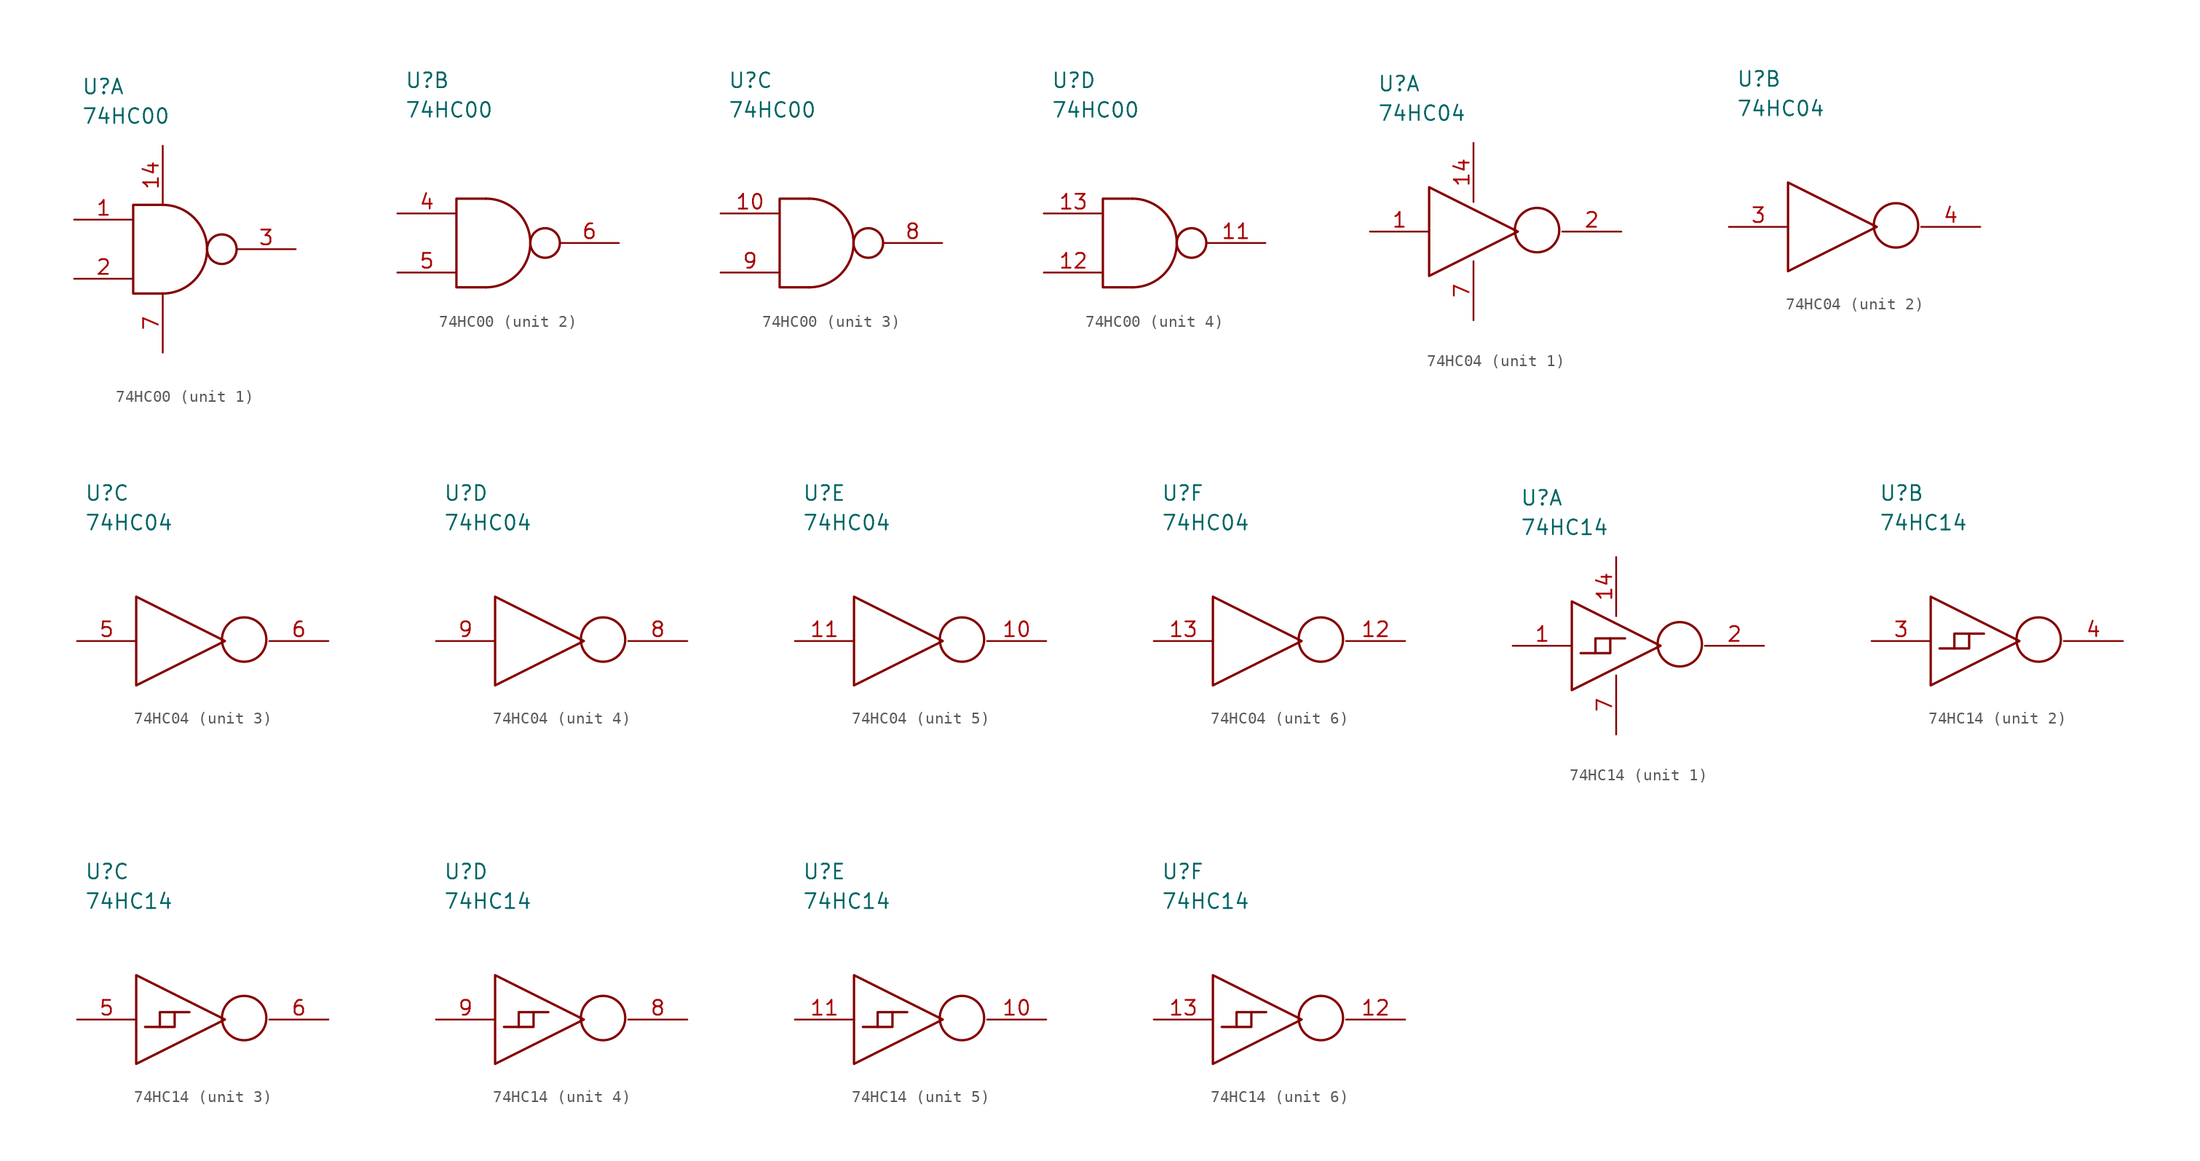
<source format=kicad_sym>
(kicad_symbol_lib
  (version 20211014)
  (generator kicad_symbol_editor)
  (symbol "74HC00"
    (property "Reference" "U"
      (at -9.525 13.97 0)
      (effects (font (size 1.27 1.27)) (justify left)))
    (property "Value" "74HC00"
      (at -9.525 11.43 0)
      (effects (font (size 1.27 1.27)) (justify left)))
    (property "ki_locked" ""
      (at 0 0 0)
      (effects (font (size 1.27 1.27))))
    (symbol "74HC00_0_0"
      (arc (start -2.54 -3.81) (mid 0.1541 -2.6941) (end 1.27 0) (stroke (width 0.2032) (type default) (color 0 0 0 0)) (fill (type none)))
      (polyline (pts (xy -2.54 3.81) (xy -5.08 3.81) (xy -5.08 -3.81) (xy -2.54 -3.81)) (stroke (width 0.203) (type default) (color 0 0 0 0)) (fill (type none)))
      (arc (start 1.27 0) (mid 0.1541 2.6941) (end -2.54 3.81) (stroke (width 0.2032) (type default) (color 0 0 0 0)) (fill (type none)))
      (circle (center 2.54 0) (radius 1.27) (stroke (width 0.203) (type default) (color 0 0 0 0)) (fill (type none))))
    (symbol "74HC00_1_0"
      (pin unspecified line (at -10.16 2.54 0) (length 5.08) (name "~" (effects (font (size 1.27 1.27)))) (number "1" (effects (font (size 1.27 1.27)))))
      (pin unspecified line (at -2.54 8.89 270) (length 5.08) (name "~" (effects (font (size 1.27 1.27)))) (number "14" (effects (font (size 1.27 1.27)))))
      (pin unspecified line (at -10.16 -2.54 0) (length 5.08) (name "~" (effects (font (size 1.27 1.27)))) (number "2" (effects (font (size 1.27 1.27)))))
      (pin unspecified line (at 8.89 0 180) (length 5.08) (name "~" (effects (font (size 1.27 1.27)))) (number "3" (effects (font (size 1.27 1.27)))))
      (pin unspecified line (at -2.54 -8.89 90) (length 5.08) (name "~" (effects (font (size 1.27 1.27)))) (number "7" (effects (font (size 1.27 1.27))))))
    (symbol "74HC00_2_0"
      (pin unspecified line (at -10.16 2.54 0) (length 5.08) (name "~" (effects (font (size 1.27 1.27)))) (number "4" (effects (font (size 1.27 1.27)))))
      (pin unspecified line (at -10.16 -2.54 0) (length 5.08) (name "~" (effects (font (size 1.27 1.27)))) (number "5" (effects (font (size 1.27 1.27)))))
      (pin unspecified line (at 8.89 0 180) (length 5.08) (name "~" (effects (font (size 1.27 1.27)))) (number "6" (effects (font (size 1.27 1.27))))))
    (symbol "74HC00_3_0"
      (pin unspecified line (at -10.16 2.54 0) (length 5.08) (name "~" (effects (font (size 1.27 1.27)))) (number "10" (effects (font (size 1.27 1.27)))))
      (pin unspecified line (at 8.89 0 180) (length 5.08) (name "~" (effects (font (size 1.27 1.27)))) (number "8" (effects (font (size 1.27 1.27)))))
      (pin unspecified line (at -10.16 -2.54 0) (length 5.08) (name "~" (effects (font (size 1.27 1.27)))) (number "9" (effects (font (size 1.27 1.27))))))
    (symbol "74HC00_4_0"
      (pin unspecified line (at 8.89 0 180) (length 5.08) (name "~" (effects (font (size 1.27 1.27)))) (number "11" (effects (font (size 1.27 1.27)))))
      (pin unspecified line (at -10.16 -2.54 0) (length 5.08) (name "~" (effects (font (size 1.27 1.27)))) (number "12" (effects (font (size 1.27 1.27)))))
      (pin unspecified line (at -10.16 2.54 0) (length 5.08) (name "~" (effects (font (size 1.27 1.27)))) (number "13" (effects (font (size 1.27 1.27)))))))
  (symbol "74HC04"
    (property "Reference" "U"
      (at -10.795 12.7 0)
      (effects (font (size 1.27 1.27)) (justify left)))
    (property "Value" "74HC04"
      (at -10.795 10.16 0)
      (effects (font (size 1.27 1.27)) (justify left)))
    (property "ki_locked" ""
      (at 0 0 0)
      (effects (font (size 1.27 1.27))))
    (symbol "74HC04_0_0"
      (polyline (pts (xy -6.35 3.81) (xy -6.35 -3.81) (xy 1.27 0) (xy -6.35 3.81)) (stroke (width 0.203) (type default) (color 0 0 0 0)) (fill (type none)))
      (circle (center 2.921 0.127) (radius 1.905) (stroke (width 0.203) (type default) (color 0 0 0 0)) (fill (type none))))
    (symbol "74HC04_1_0"
      (pin unspecified line (at -11.43 0 0) (length 5.08) (name "~" (effects (font (size 1.27 1.27)))) (number "1" (effects (font (size 1.27 1.27)))))
      (pin unspecified line (at -2.54 7.62 270) (length 5.08) (name "~" (effects (font (size 1.27 1.27)))) (number "14" (effects (font (size 1.27 1.27)))))
      (pin unspecified line (at 10.16 0 180) (length 5.08) (name "~" (effects (font (size 1.27 1.27)))) (number "2" (effects (font (size 1.27 1.27)))))
      (pin unspecified line (at -2.54 -7.62 90) (length 5.08) (name "~" (effects (font (size 1.27 1.27)))) (number "7" (effects (font (size 1.27 1.27))))))
    (symbol "74HC04_2_0"
      (pin unspecified line (at -11.43 0 0) (length 5.08) (name "~" (effects (font (size 1.27 1.27)))) (number "3" (effects (font (size 1.27 1.27)))))
      (pin unspecified line (at 10.16 0 180) (length 5.08) (name "~" (effects (font (size 1.27 1.27)))) (number "4" (effects (font (size 1.27 1.27))))))
    (symbol "74HC04_3_0"
      (pin unspecified line (at -11.43 0 0) (length 5.08) (name "~" (effects (font (size 1.27 1.27)))) (number "5" (effects (font (size 1.27 1.27)))))
      (pin unspecified line (at 10.16 0 180) (length 5.08) (name "~" (effects (font (size 1.27 1.27)))) (number "6" (effects (font (size 1.27 1.27))))))
    (symbol "74HC04_4_0"
      (pin unspecified line (at 10.16 0 180) (length 5.08) (name "~" (effects (font (size 1.27 1.27)))) (number "8" (effects (font (size 1.27 1.27)))))
      (pin unspecified line (at -11.43 0 0) (length 5.08) (name "~" (effects (font (size 1.27 1.27)))) (number "9" (effects (font (size 1.27 1.27))))))
    (symbol "74HC04_5_0"
      (pin unspecified line (at 10.16 0 180) (length 5.08) (name "~" (effects (font (size 1.27 1.27)))) (number "10" (effects (font (size 1.27 1.27)))))
      (pin unspecified line (at -11.43 0 0) (length 5.08) (name "~" (effects (font (size 1.27 1.27)))) (number "11" (effects (font (size 1.27 1.27))))))
    (symbol "74HC04_6_0"
      (pin unspecified line (at 10.16 0 180) (length 5.08) (name "~" (effects (font (size 1.27 1.27)))) (number "12" (effects (font (size 1.27 1.27)))))
      (pin unspecified line (at -11.43 0 0) (length 5.08) (name "~" (effects (font (size 1.27 1.27)))) (number "13" (effects (font (size 1.27 1.27)))))))
  (symbol "74HC14"
    (property "Reference" "U"
      (at -10.795 12.7 0)
      (effects (font (size 1.27 1.27)) (justify left)))
    (property "Value" "74HC14"
      (at -10.795 10.16 0)
      (effects (font (size 1.27 1.27)) (justify left)))
    (property "ki_locked" ""
      (at 0 0 0)
      (effects (font (size 1.27 1.27))))
    (symbol "74HC14_0_0"
      (polyline (pts (xy -4.318 -0.635) (xy -4.318 0.635) (xy -1.778 0.635)) (stroke (width 0.203) (type default) (color 0 0 0 0)) (fill (type none)))
      (polyline (pts (xy -3.048 0.635) (xy -3.048 -0.635) (xy -5.588 -0.635)) (stroke (width 0.203) (type default) (color 0 0 0 0)) (fill (type none)))
      (polyline (pts (xy -6.35 3.81) (xy -6.35 -3.81) (xy 1.27 0) (xy -6.35 3.81)) (stroke (width 0.203) (type default) (color 0 0 0 0)) (fill (type none)))
      (circle (center 2.921 0.127) (radius 1.905) (stroke (width 0.203) (type default) (color 0 0 0 0)) (fill (type none))))
    (symbol "74HC14_1_0"
      (pin unspecified line (at -11.43 0 0) (length 5.08) (name "~" (effects (font (size 1.27 1.27)))) (number "1" (effects (font (size 1.27 1.27)))))
      (pin unspecified line (at -2.54 7.62 270) (length 5.08) (name "~" (effects (font (size 1.27 1.27)))) (number "14" (effects (font (size 1.27 1.27)))))
      (pin unspecified line (at 10.16 0 180) (length 5.08) (name "~" (effects (font (size 1.27 1.27)))) (number "2" (effects (font (size 1.27 1.27)))))
      (pin unspecified line (at -2.54 -7.62 90) (length 5.08) (name "~" (effects (font (size 1.27 1.27)))) (number "7" (effects (font (size 1.27 1.27))))))
    (symbol "74HC14_2_0"
      (pin unspecified line (at -11.43 0 0) (length 5.08) (name "~" (effects (font (size 1.27 1.27)))) (number "3" (effects (font (size 1.27 1.27)))))
      (pin unspecified line (at 10.16 0 180) (length 5.08) (name "~" (effects (font (size 1.27 1.27)))) (number "4" (effects (font (size 1.27 1.27))))))
    (symbol "74HC14_3_0"
      (pin unspecified line (at -11.43 0 0) (length 5.08) (name "~" (effects (font (size 1.27 1.27)))) (number "5" (effects (font (size 1.27 1.27)))))
      (pin unspecified line (at 10.16 0 180) (length 5.08) (name "~" (effects (font (size 1.27 1.27)))) (number "6" (effects (font (size 1.27 1.27))))))
    (symbol "74HC14_4_0"
      (pin unspecified line (at 10.16 0 180) (length 5.08) (name "~" (effects (font (size 1.27 1.27)))) (number "8" (effects (font (size 1.27 1.27)))))
      (pin unspecified line (at -11.43 0 0) (length 5.08) (name "~" (effects (font (size 1.27 1.27)))) (number "9" (effects (font (size 1.27 1.27))))))
    (symbol "74HC14_5_0"
      (pin unspecified line (at 10.16 0 180) (length 5.08) (name "~" (effects (font (size 1.27 1.27)))) (number "10" (effects (font (size 1.27 1.27)))))
      (pin unspecified line (at -11.43 0 0) (length 5.08) (name "~" (effects (font (size 1.27 1.27)))) (number "11" (effects (font (size 1.27 1.27))))))
    (symbol "74HC14_6_0"
      (pin unspecified line (at 10.16 0 180) (length 5.08) (name "~" (effects (font (size 1.27 1.27)))) (number "12" (effects (font (size 1.27 1.27)))))
      (pin unspecified line (at -11.43 0 0) (length 5.08) (name "~" (effects (font (size 1.27 1.27)))) (number "13" (effects (font (size 1.27 1.27))))))))
</source>
